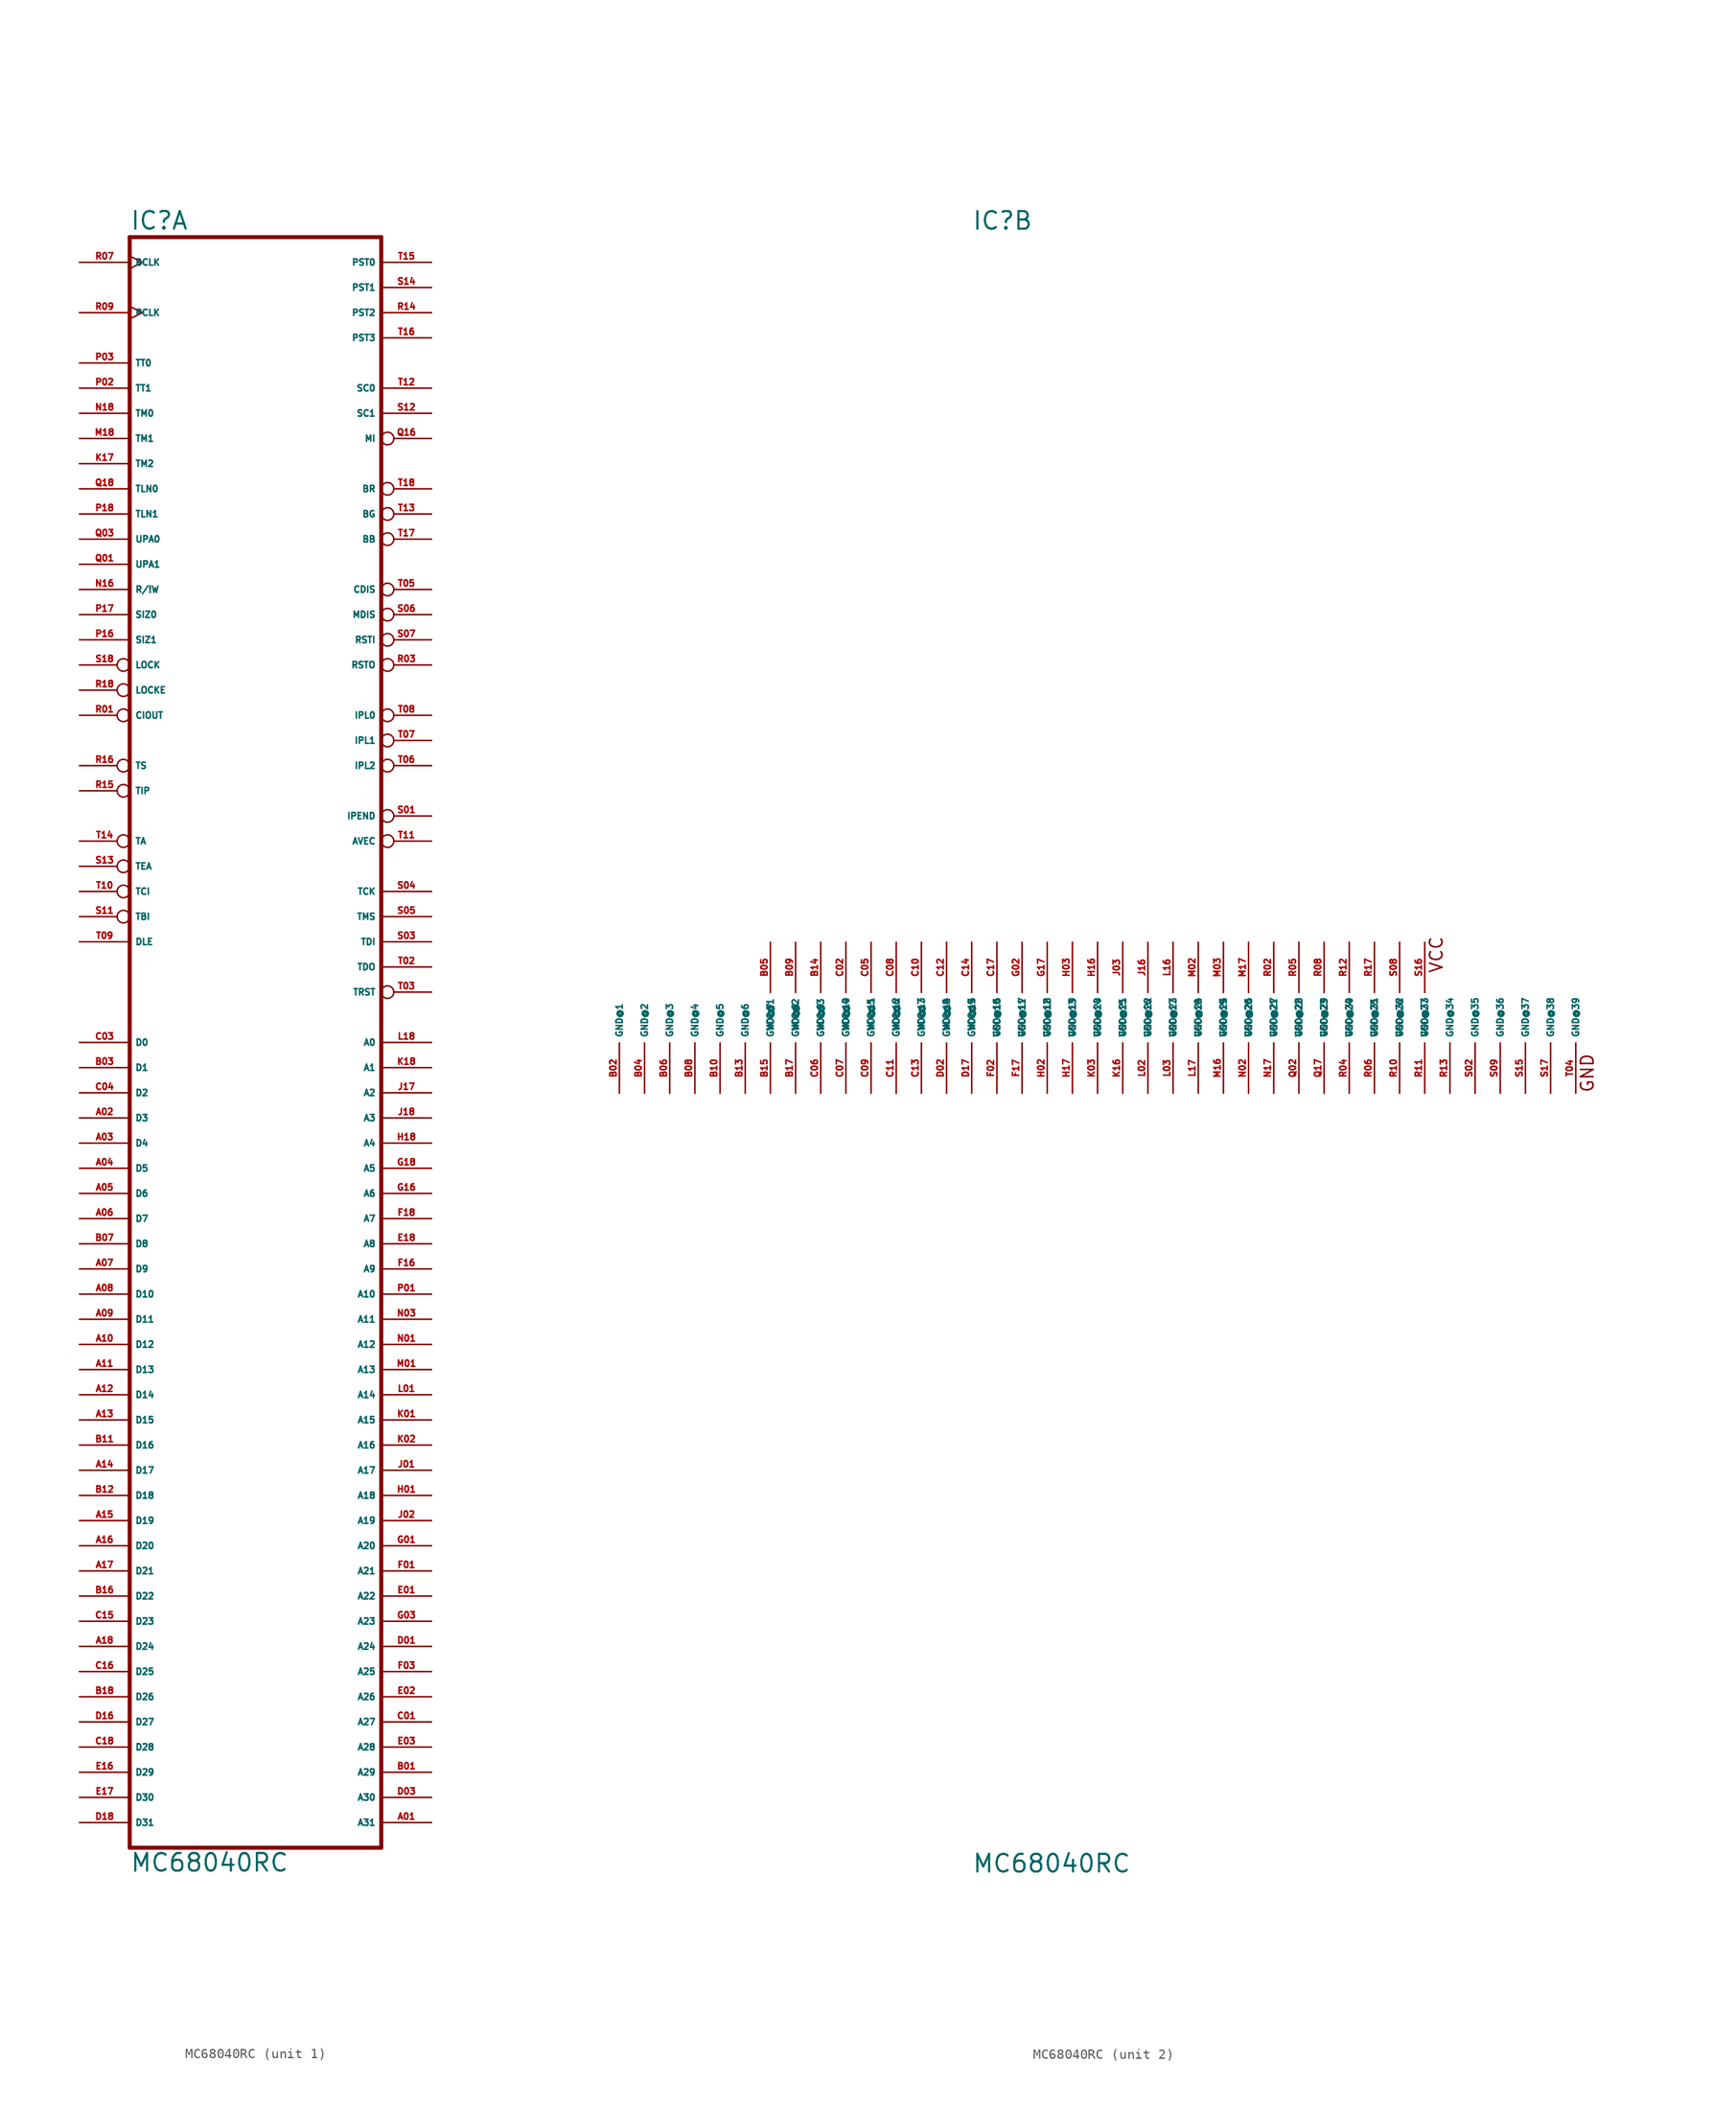
<source format=kicad_sym>
(kicad_symbol_lib
  (version 20220914)
  (generator Eagle2Kicad)
  (symbol "MC68040RC"
    (property "Reference" "IC"
      (at -12.7 79.375 0)
      (effects (font (size 1.778 1.778) (thickness 0.22)) (justify left bottom)))
    (property "Value" "MC68040RC"
      (at -12.7 -86.36 0)
      (effects (font (size 1.778 1.778) (thickness 0.22)) (justify left bottom)))
    (symbol "MC68040RC_1_0"
      (polyline (pts (xy -12.7 -83.82) (xy 12.7 -83.82)) (stroke (width 0.406) (type default)) (fill (type none)))
      (polyline (pts (xy 12.7 78.74) (xy 12.7 -83.82)) (stroke (width 0.406) (type default)) (fill (type none)))
      (polyline (pts (xy 12.7 78.74) (xy -12.7 78.74)) (stroke (width 0.406) (type default)) (fill (type none)))
      (polyline (pts (xy -12.7 -83.82) (xy -12.7 78.74)) (stroke (width 0.406) (type default)) (fill (type none)))
      (pin input clock (at -17.78 76.2 0) (length 5.08) (name "BCLK" (effects (font (size 0.635 0.635) (thickness 0.08)) (justify left bottom))) (number "R07" (effects (font (size 0.635 0.635) (thickness 0.08)) (justify left bottom))))
      (pin bidirectional line (at -17.78 66.04 0) (length 5.08) (name "TT0" (effects (font (size 0.635 0.635) (thickness 0.08)) (justify left bottom))) (number "P03" (effects (font (size 0.635 0.635) (thickness 0.08)) (justify left bottom))))
      (pin bidirectional line (at -17.78 63.5 0) (length 5.08) (name "TT1" (effects (font (size 0.635 0.635) (thickness 0.08)) (justify left bottom))) (number "P02" (effects (font (size 0.635 0.635) (thickness 0.08)) (justify left bottom))))
      (pin output line (at -17.78 53.34 0) (length 5.08) (name "TLN0" (effects (font (size 0.635 0.635) (thickness 0.08)) (justify left bottom))) (number "Q18" (effects (font (size 0.635 0.635) (thickness 0.08)) (justify left bottom))))
      (pin input inverted (at 17.78 17.78 180) (length 5.08) (name "AVEC" (effects (font (size 0.635 0.635) (thickness 0.08)) (justify left bottom))) (number "T11" (effects (font (size 0.635 0.635) (thickness 0.08)) (justify left bottom))))
      (pin output line (at -17.78 48.26 0) (length 5.08) (name "UPA0" (effects (font (size 0.635 0.635) (thickness 0.08)) (justify left bottom))) (number "Q03" (effects (font (size 0.635 0.635) (thickness 0.08)) (justify left bottom))))
      (pin output line (at -17.78 45.72 0) (length 5.08) (name "UPA1" (effects (font (size 0.635 0.635) (thickness 0.08)) (justify left bottom))) (number "Q01" (effects (font (size 0.635 0.635) (thickness 0.08)) (justify left bottom))))
      (pin input inverted (at 17.78 30.48 180) (length 5.08) (name "IPL0" (effects (font (size 0.635 0.635) (thickness 0.08)) (justify left bottom))) (number "T08" (effects (font (size 0.635 0.635) (thickness 0.08)) (justify left bottom))))
      (pin bidirectional line (at -17.78 -2.54 0) (length 5.08) (name "D0" (effects (font (size 0.635 0.635) (thickness 0.08)) (justify left bottom))) (number "C03" (effects (font (size 0.635 0.635) (thickness 0.08)) (justify left bottom))))
      (pin bidirectional line (at -17.78 -5.08 0) (length 5.08) (name "D1" (effects (font (size 0.635 0.635) (thickness 0.08)) (justify left bottom))) (number "B03" (effects (font (size 0.635 0.635) (thickness 0.08)) (justify left bottom))))
      (pin bidirectional line (at -17.78 -7.62 0) (length 5.08) (name "D2" (effects (font (size 0.635 0.635) (thickness 0.08)) (justify left bottom))) (number "C04" (effects (font (size 0.635 0.635) (thickness 0.08)) (justify left bottom))))
      (pin bidirectional line (at -17.78 -10.16 0) (length 5.08) (name "D3" (effects (font (size 0.635 0.635) (thickness 0.08)) (justify left bottom))) (number "A02" (effects (font (size 0.635 0.635) (thickness 0.08)) (justify left bottom))))
      (pin bidirectional line (at -17.78 -12.7 0) (length 5.08) (name "D4" (effects (font (size 0.635 0.635) (thickness 0.08)) (justify left bottom))) (number "A03" (effects (font (size 0.635 0.635) (thickness 0.08)) (justify left bottom))))
      (pin bidirectional line (at -17.78 -15.24 0) (length 5.08) (name "D5" (effects (font (size 0.635 0.635) (thickness 0.08)) (justify left bottom))) (number "A04" (effects (font (size 0.635 0.635) (thickness 0.08)) (justify left bottom))))
      (pin bidirectional line (at -17.78 -17.78 0) (length 5.08) (name "D6" (effects (font (size 0.635 0.635) (thickness 0.08)) (justify left bottom))) (number "A05" (effects (font (size 0.635 0.635) (thickness 0.08)) (justify left bottom))))
      (pin bidirectional line (at -17.78 -20.32 0) (length 5.08) (name "D7" (effects (font (size 0.635 0.635) (thickness 0.08)) (justify left bottom))) (number "A06" (effects (font (size 0.635 0.635) (thickness 0.08)) (justify left bottom))))
      (pin bidirectional line (at -17.78 -22.86 0) (length 5.08) (name "D8" (effects (font (size 0.635 0.635) (thickness 0.08)) (justify left bottom))) (number "B07" (effects (font (size 0.635 0.635) (thickness 0.08)) (justify left bottom))))
      (pin bidirectional line (at -17.78 -25.4 0) (length 5.08) (name "D9" (effects (font (size 0.635 0.635) (thickness 0.08)) (justify left bottom))) (number "A07" (effects (font (size 0.635 0.635) (thickness 0.08)) (justify left bottom))))
      (pin bidirectional line (at -17.78 -27.94 0) (length 5.08) (name "D10" (effects (font (size 0.635 0.635) (thickness 0.08)) (justify left bottom))) (number "A08" (effects (font (size 0.635 0.635) (thickness 0.08)) (justify left bottom))))
      (pin bidirectional line (at -17.78 -30.48 0) (length 5.08) (name "D11" (effects (font (size 0.635 0.635) (thickness 0.08)) (justify left bottom))) (number "A09" (effects (font (size 0.635 0.635) (thickness 0.08)) (justify left bottom))))
      (pin bidirectional line (at -17.78 -33.02 0) (length 5.08) (name "D12" (effects (font (size 0.635 0.635) (thickness 0.08)) (justify left bottom))) (number "A10" (effects (font (size 0.635 0.635) (thickness 0.08)) (justify left bottom))))
      (pin bidirectional line (at -17.78 -35.56 0) (length 5.08) (name "D13" (effects (font (size 0.635 0.635) (thickness 0.08)) (justify left bottom))) (number "A11" (effects (font (size 0.635 0.635) (thickness 0.08)) (justify left bottom))))
      (pin bidirectional line (at -17.78 -38.1 0) (length 5.08) (name "D14" (effects (font (size 0.635 0.635) (thickness 0.08)) (justify left bottom))) (number "A12" (effects (font (size 0.635 0.635) (thickness 0.08)) (justify left bottom))))
      (pin bidirectional line (at -17.78 -40.64 0) (length 5.08) (name "D15" (effects (font (size 0.635 0.635) (thickness 0.08)) (justify left bottom))) (number "A13" (effects (font (size 0.635 0.635) (thickness 0.08)) (justify left bottom))))
      (pin bidirectional line (at -17.78 40.64 0) (length 5.08) (name "SIZ0" (effects (font (size 0.635 0.635) (thickness 0.08)) (justify left bottom))) (number "P17" (effects (font (size 0.635 0.635) (thickness 0.08)) (justify left bottom))))
      (pin bidirectional line (at -17.78 38.1 0) (length 5.08) (name "SIZ1" (effects (font (size 0.635 0.635) (thickness 0.08)) (justify left bottom))) (number "P16" (effects (font (size 0.635 0.635) (thickness 0.08)) (justify left bottom))))
      (pin output line (at 17.78 76.2 180) (length 5.08) (name "PST0" (effects (font (size 0.635 0.635) (thickness 0.08)) (justify left bottom))) (number "T15" (effects (font (size 0.635 0.635) (thickness 0.08)) (justify left bottom))))
      (pin output line (at 17.78 73.66 180) (length 5.08) (name "PST1" (effects (font (size 0.635 0.635) (thickness 0.08)) (justify left bottom))) (number "S14" (effects (font (size 0.635 0.635) (thickness 0.08)) (justify left bottom))))
      (pin output line (at 17.78 71.12 180) (length 5.08) (name "PST2" (effects (font (size 0.635 0.635) (thickness 0.08)) (justify left bottom))) (number "R14" (effects (font (size 0.635 0.635) (thickness 0.08)) (justify left bottom))))
      (pin input line (at 17.78 60.96 180) (length 5.08) (name "SC1" (effects (font (size 0.635 0.635) (thickness 0.08)) (justify left bottom))) (number "S12" (effects (font (size 0.635 0.635) (thickness 0.08)) (justify left bottom))))
      (pin bidirectional line (at -17.78 43.18 0) (length 5.08) (name "R/!W" (effects (font (size 0.635 0.635) (thickness 0.08)) (justify left bottom))) (number "N16" (effects (font (size 0.635 0.635) (thickness 0.08)) (justify left bottom))))
      (pin output inverted (at 17.78 58.42 180) (length 5.08) (name "MI" (effects (font (size 0.635 0.635) (thickness 0.08)) (justify left bottom))) (number "Q16" (effects (font (size 0.635 0.635) (thickness 0.08)) (justify left bottom))))
      (pin output inverted (at 17.78 53.34 180) (length 5.08) (name "BR" (effects (font (size 0.635 0.635) (thickness 0.08)) (justify left bottom))) (number "T18" (effects (font (size 0.635 0.635) (thickness 0.08)) (justify left bottom))))
      (pin input line (at 17.78 63.5 180) (length 5.08) (name "SC0" (effects (font (size 0.635 0.635) (thickness 0.08)) (justify left bottom))) (number "T12" (effects (font (size 0.635 0.635) (thickness 0.08)) (justify left bottom))))
      (pin output line (at 17.78 -5.08 180) (length 5.08) (name "A1" (effects (font (size 0.635 0.635) (thickness 0.08)) (justify left bottom))) (number "K18" (effects (font (size 0.635 0.635) (thickness 0.08)) (justify left bottom))))
      (pin output line (at 17.78 -7.62 180) (length 5.08) (name "A2" (effects (font (size 0.635 0.635) (thickness 0.08)) (justify left bottom))) (number "J17" (effects (font (size 0.635 0.635) (thickness 0.08)) (justify left bottom))))
      (pin output line (at 17.78 -10.16 180) (length 5.08) (name "A3" (effects (font (size 0.635 0.635) (thickness 0.08)) (justify left bottom))) (number "J18" (effects (font (size 0.635 0.635) (thickness 0.08)) (justify left bottom))))
      (pin output line (at 17.78 -12.7 180) (length 5.08) (name "A4" (effects (font (size 0.635 0.635) (thickness 0.08)) (justify left bottom))) (number "H18" (effects (font (size 0.635 0.635) (thickness 0.08)) (justify left bottom))))
      (pin output line (at 17.78 -15.24 180) (length 5.08) (name "A5" (effects (font (size 0.635 0.635) (thickness 0.08)) (justify left bottom))) (number "G18" (effects (font (size 0.635 0.635) (thickness 0.08)) (justify left bottom))))
      (pin output line (at 17.78 -17.78 180) (length 5.08) (name "A6" (effects (font (size 0.635 0.635) (thickness 0.08)) (justify left bottom))) (number "G16" (effects (font (size 0.635 0.635) (thickness 0.08)) (justify left bottom))))
      (pin output line (at 17.78 -20.32 180) (length 5.08) (name "A7" (effects (font (size 0.635 0.635) (thickness 0.08)) (justify left bottom))) (number "F18" (effects (font (size 0.635 0.635) (thickness 0.08)) (justify left bottom))))
      (pin output line (at 17.78 -25.4 180) (length 5.08) (name "A9" (effects (font (size 0.635 0.635) (thickness 0.08)) (justify left bottom))) (number "F16" (effects (font (size 0.635 0.635) (thickness 0.08)) (justify left bottom))))
      (pin output line (at 17.78 -22.86 180) (length 5.08) (name "A8" (effects (font (size 0.635 0.635) (thickness 0.08)) (justify left bottom))) (number "E18" (effects (font (size 0.635 0.635) (thickness 0.08)) (justify left bottom))))
      (pin output line (at 17.78 -27.94 180) (length 5.08) (name "A10" (effects (font (size 0.635 0.635) (thickness 0.08)) (justify left bottom))) (number "P01" (effects (font (size 0.635 0.635) (thickness 0.08)) (justify left bottom))))
      (pin output line (at 17.78 -30.48 180) (length 5.08) (name "A11" (effects (font (size 0.635 0.635) (thickness 0.08)) (justify left bottom))) (number "N03" (effects (font (size 0.635 0.635) (thickness 0.08)) (justify left bottom))))
      (pin output line (at 17.78 -33.02 180) (length 5.08) (name "A12" (effects (font (size 0.635 0.635) (thickness 0.08)) (justify left bottom))) (number "N01" (effects (font (size 0.635 0.635) (thickness 0.08)) (justify left bottom))))
      (pin output line (at 17.78 -35.56 180) (length 5.08) (name "A13" (effects (font (size 0.635 0.635) (thickness 0.08)) (justify left bottom))) (number "M01" (effects (font (size 0.635 0.635) (thickness 0.08)) (justify left bottom))))
      (pin output line (at 17.78 -38.1 180) (length 5.08) (name "A14" (effects (font (size 0.635 0.635) (thickness 0.08)) (justify left bottom))) (number "L01" (effects (font (size 0.635 0.635) (thickness 0.08)) (justify left bottom))))
      (pin output line (at 17.78 -40.64 180) (length 5.08) (name "A15" (effects (font (size 0.635 0.635) (thickness 0.08)) (justify left bottom))) (number "K01" (effects (font (size 0.635 0.635) (thickness 0.08)) (justify left bottom))))
      (pin output line (at 17.78 -43.18 180) (length 5.08) (name "A16" (effects (font (size 0.635 0.635) (thickness 0.08)) (justify left bottom))) (number "K02" (effects (font (size 0.635 0.635) (thickness 0.08)) (justify left bottom))))
      (pin output line (at 17.78 -45.72 180) (length 5.08) (name "A17" (effects (font (size 0.635 0.635) (thickness 0.08)) (justify left bottom))) (number "J01" (effects (font (size 0.635 0.635) (thickness 0.08)) (justify left bottom))))
      (pin output line (at 17.78 -48.26 180) (length 5.08) (name "A18" (effects (font (size 0.635 0.635) (thickness 0.08)) (justify left bottom))) (number "H01" (effects (font (size 0.635 0.635) (thickness 0.08)) (justify left bottom))))
      (pin output line (at 17.78 -50.8 180) (length 5.08) (name "A19" (effects (font (size 0.635 0.635) (thickness 0.08)) (justify left bottom))) (number "J02" (effects (font (size 0.635 0.635) (thickness 0.08)) (justify left bottom))))
      (pin output line (at 17.78 -53.34 180) (length 5.08) (name "A20" (effects (font (size 0.635 0.635) (thickness 0.08)) (justify left bottom))) (number "G01" (effects (font (size 0.635 0.635) (thickness 0.08)) (justify left bottom))))
      (pin output line (at 17.78 -55.88 180) (length 5.08) (name "A21" (effects (font (size 0.635 0.635) (thickness 0.08)) (justify left bottom))) (number "F01" (effects (font (size 0.635 0.635) (thickness 0.08)) (justify left bottom))))
      (pin output line (at 17.78 -58.42 180) (length 5.08) (name "A22" (effects (font (size 0.635 0.635) (thickness 0.08)) (justify left bottom))) (number "E01" (effects (font (size 0.635 0.635) (thickness 0.08)) (justify left bottom))))
      (pin output line (at 17.78 -60.96 180) (length 5.08) (name "A23" (effects (font (size 0.635 0.635) (thickness 0.08)) (justify left bottom))) (number "G03" (effects (font (size 0.635 0.635) (thickness 0.08)) (justify left bottom))))
      (pin input inverted (at 17.78 27.94 180) (length 5.08) (name "IPL1" (effects (font (size 0.635 0.635) (thickness 0.08)) (justify left bottom))) (number "T07" (effects (font (size 0.635 0.635) (thickness 0.08)) (justify left bottom))))
      (pin input inverted (at 17.78 25.4 180) (length 5.08) (name "IPL2" (effects (font (size 0.635 0.635) (thickness 0.08)) (justify left bottom))) (number "T06" (effects (font (size 0.635 0.635) (thickness 0.08)) (justify left bottom))))
      (pin bidirectional line (at -17.78 -43.18 0) (length 5.08) (name "D16" (effects (font (size 0.635 0.635) (thickness 0.08)) (justify left bottom))) (number "B11" (effects (font (size 0.635 0.635) (thickness 0.08)) (justify left bottom))))
      (pin bidirectional line (at -17.78 -45.72 0) (length 5.08) (name "D17" (effects (font (size 0.635 0.635) (thickness 0.08)) (justify left bottom))) (number "A14" (effects (font (size 0.635 0.635) (thickness 0.08)) (justify left bottom))))
      (pin bidirectional line (at -17.78 -48.26 0) (length 5.08) (name "D18" (effects (font (size 0.635 0.635) (thickness 0.08)) (justify left bottom))) (number "B12" (effects (font (size 0.635 0.635) (thickness 0.08)) (justify left bottom))))
      (pin bidirectional line (at -17.78 -50.8 0) (length 5.08) (name "D19" (effects (font (size 0.635 0.635) (thickness 0.08)) (justify left bottom))) (number "A15" (effects (font (size 0.635 0.635) (thickness 0.08)) (justify left bottom))))
      (pin bidirectional line (at -17.78 -53.34 0) (length 5.08) (name "D20" (effects (font (size 0.635 0.635) (thickness 0.08)) (justify left bottom))) (number "A16" (effects (font (size 0.635 0.635) (thickness 0.08)) (justify left bottom))))
      (pin bidirectional line (at -17.78 -55.88 0) (length 5.08) (name "D21" (effects (font (size 0.635 0.635) (thickness 0.08)) (justify left bottom))) (number "A17" (effects (font (size 0.635 0.635) (thickness 0.08)) (justify left bottom))))
      (pin bidirectional line (at -17.78 -58.42 0) (length 5.08) (name "D22" (effects (font (size 0.635 0.635) (thickness 0.08)) (justify left bottom))) (number "B16" (effects (font (size 0.635 0.635) (thickness 0.08)) (justify left bottom))))
      (pin bidirectional line (at -17.78 -60.96 0) (length 5.08) (name "D23" (effects (font (size 0.635 0.635) (thickness 0.08)) (justify left bottom))) (number "C15" (effects (font (size 0.635 0.635) (thickness 0.08)) (justify left bottom))))
      (pin bidirectional line (at -17.78 -63.5 0) (length 5.08) (name "D24" (effects (font (size 0.635 0.635) (thickness 0.08)) (justify left bottom))) (number "A18" (effects (font (size 0.635 0.635) (thickness 0.08)) (justify left bottom))))
      (pin bidirectional line (at -17.78 -66.04 0) (length 5.08) (name "D25" (effects (font (size 0.635 0.635) (thickness 0.08)) (justify left bottom))) (number "C16" (effects (font (size 0.635 0.635) (thickness 0.08)) (justify left bottom))))
      (pin bidirectional line (at -17.78 -68.58 0) (length 5.08) (name "D26" (effects (font (size 0.635 0.635) (thickness 0.08)) (justify left bottom))) (number "B18" (effects (font (size 0.635 0.635) (thickness 0.08)) (justify left bottom))))
      (pin bidirectional line (at -17.78 -71.12 0) (length 5.08) (name "D27" (effects (font (size 0.635 0.635) (thickness 0.08)) (justify left bottom))) (number "D16" (effects (font (size 0.635 0.635) (thickness 0.08)) (justify left bottom))))
      (pin bidirectional line (at -17.78 -73.66 0) (length 5.08) (name "D28" (effects (font (size 0.635 0.635) (thickness 0.08)) (justify left bottom))) (number "C18" (effects (font (size 0.635 0.635) (thickness 0.08)) (justify left bottom))))
      (pin bidirectional line (at -17.78 -76.2 0) (length 5.08) (name "D29" (effects (font (size 0.635 0.635) (thickness 0.08)) (justify left bottom))) (number "E16" (effects (font (size 0.635 0.635) (thickness 0.08)) (justify left bottom))))
      (pin bidirectional line (at -17.78 -78.74 0) (length 5.08) (name "D30" (effects (font (size 0.635 0.635) (thickness 0.08)) (justify left bottom))) (number "E17" (effects (font (size 0.635 0.635) (thickness 0.08)) (justify left bottom))))
      (pin bidirectional line (at -17.78 -81.28 0) (length 5.08) (name "D31" (effects (font (size 0.635 0.635) (thickness 0.08)) (justify left bottom))) (number "D18" (effects (font (size 0.635 0.635) (thickness 0.08)) (justify left bottom))))
      (pin output line (at 17.78 -63.5 180) (length 5.08) (name "A24" (effects (font (size 0.635 0.635) (thickness 0.08)) (justify left bottom))) (number "D01" (effects (font (size 0.635 0.635) (thickness 0.08)) (justify left bottom))))
      (pin output line (at 17.78 -66.04 180) (length 5.08) (name "A25" (effects (font (size 0.635 0.635) (thickness 0.08)) (justify left bottom))) (number "F03" (effects (font (size 0.635 0.635) (thickness 0.08)) (justify left bottom))))
      (pin output line (at 17.78 -68.58 180) (length 5.08) (name "A26" (effects (font (size 0.635 0.635) (thickness 0.08)) (justify left bottom))) (number "E02" (effects (font (size 0.635 0.635) (thickness 0.08)) (justify left bottom))))
      (pin output line (at 17.78 -71.12 180) (length 5.08) (name "A27" (effects (font (size 0.635 0.635) (thickness 0.08)) (justify left bottom))) (number "C01" (effects (font (size 0.635 0.635) (thickness 0.08)) (justify left bottom))))
      (pin output line (at 17.78 -73.66 180) (length 5.08) (name "A28" (effects (font (size 0.635 0.635) (thickness 0.08)) (justify left bottom))) (number "E03" (effects (font (size 0.635 0.635) (thickness 0.08)) (justify left bottom))))
      (pin output line (at 17.78 -76.2 180) (length 5.08) (name "A29" (effects (font (size 0.635 0.635) (thickness 0.08)) (justify left bottom))) (number "B01" (effects (font (size 0.635 0.635) (thickness 0.08)) (justify left bottom))))
      (pin output line (at 17.78 -78.74 180) (length 5.08) (name "A30" (effects (font (size 0.635 0.635) (thickness 0.08)) (justify left bottom))) (number "D03" (effects (font (size 0.635 0.635) (thickness 0.08)) (justify left bottom))))
      (pin output line (at 17.78 -81.28 180) (length 5.08) (name "A31" (effects (font (size 0.635 0.635) (thickness 0.08)) (justify left bottom))) (number "A01" (effects (font (size 0.635 0.635) (thickness 0.08)) (justify left bottom))))
      (pin output line (at 17.78 -2.54 180) (length 5.08) (name "A0" (effects (font (size 0.635 0.635) (thickness 0.08)) (justify left bottom))) (number "L18" (effects (font (size 0.635 0.635) (thickness 0.08)) (justify left bottom))))
      (pin input inverted (at 17.78 50.8 180) (length 5.08) (name "BG" (effects (font (size 0.635 0.635) (thickness 0.08)) (justify left bottom))) (number "T13" (effects (font (size 0.635 0.635) (thickness 0.08)) (justify left bottom))))
      (pin bidirectional inverted (at -17.78 17.78 0) (length 5.08) (name "TA" (effects (font (size 0.635 0.635) (thickness 0.08)) (justify left bottom))) (number "T14" (effects (font (size 0.635 0.635) (thickness 0.08)) (justify left bottom))))
      (pin input inverted (at -17.78 15.24 0) (length 5.08) (name "TEA" (effects (font (size 0.635 0.635) (thickness 0.08)) (justify left bottom))) (number "S13" (effects (font (size 0.635 0.635) (thickness 0.08)) (justify left bottom))))
      (pin input inverted (at -17.78 12.7 0) (length 5.08) (name "TCI" (effects (font (size 0.635 0.635) (thickness 0.08)) (justify left bottom))) (number "T10" (effects (font (size 0.635 0.635) (thickness 0.08)) (justify left bottom))))
      (pin output line (at -17.78 50.8 0) (length 5.08) (name "TLN1" (effects (font (size 0.635 0.635) (thickness 0.08)) (justify left bottom))) (number "P18" (effects (font (size 0.635 0.635) (thickness 0.08)) (justify left bottom))))
      (pin output inverted (at 17.78 20.32 180) (length 5.08) (name "IPEND" (effects (font (size 0.635 0.635) (thickness 0.08)) (justify left bottom))) (number "S01" (effects (font (size 0.635 0.635) (thickness 0.08)) (justify left bottom))))
      (pin output inverted (at -17.78 35.56 0) (length 5.08) (name "LOCK" (effects (font (size 0.635 0.635) (thickness 0.08)) (justify left bottom))) (number "S18" (effects (font (size 0.635 0.635) (thickness 0.08)) (justify left bottom))))
      (pin output inverted (at -17.78 33.02 0) (length 5.08) (name "LOCKE" (effects (font (size 0.635 0.635) (thickness 0.08)) (justify left bottom))) (number "R18" (effects (font (size 0.635 0.635) (thickness 0.08)) (justify left bottom))))
      (pin output inverted (at -17.78 30.48 0) (length 5.08) (name "CIOUT" (effects (font (size 0.635 0.635) (thickness 0.08)) (justify left bottom))) (number "R01" (effects (font (size 0.635 0.635) (thickness 0.08)) (justify left bottom))))
      (pin bidirectional inverted (at -17.78 25.4 0) (length 5.08) (name "TS" (effects (font (size 0.635 0.635) (thickness 0.08)) (justify left bottom))) (number "R16" (effects (font (size 0.635 0.635) (thickness 0.08)) (justify left bottom))))
      (pin output inverted (at -17.78 22.86 0) (length 5.08) (name "TIP" (effects (font (size 0.635 0.635) (thickness 0.08)) (justify left bottom))) (number "R15" (effects (font (size 0.635 0.635) (thickness 0.08)) (justify left bottom))))
      (pin input inverted (at 17.78 43.18 180) (length 5.08) (name "CDIS" (effects (font (size 0.635 0.635) (thickness 0.08)) (justify left bottom))) (number "T05" (effects (font (size 0.635 0.635) (thickness 0.08)) (justify left bottom))))
      (pin input inverted (at 17.78 40.64 180) (length 5.08) (name "MDIS" (effects (font (size 0.635 0.635) (thickness 0.08)) (justify left bottom))) (number "S06" (effects (font (size 0.635 0.635) (thickness 0.08)) (justify left bottom))))
      (pin input inverted (at -17.78 10.16 0) (length 5.08) (name "TBI" (effects (font (size 0.635 0.635) (thickness 0.08)) (justify left bottom))) (number "S11" (effects (font (size 0.635 0.635) (thickness 0.08)) (justify left bottom))))
      (pin input line (at -17.78 7.62 0) (length 5.08) (name "DLE" (effects (font (size 0.635 0.635) (thickness 0.08)) (justify left bottom))) (number "T09" (effects (font (size 0.635 0.635) (thickness 0.08)) (justify left bottom))))
      (pin input clock (at -17.78 71.12 0) (length 5.08) (name "PCLK" (effects (font (size 0.635 0.635) (thickness 0.08)) (justify left bottom))) (number "R09" (effects (font (size 0.635 0.635) (thickness 0.08)) (justify left bottom))))
      (pin output line (at 17.78 68.58 180) (length 5.08) (name "PST3" (effects (font (size 0.635 0.635) (thickness 0.08)) (justify left bottom))) (number "T16" (effects (font (size 0.635 0.635) (thickness 0.08)) (justify left bottom))))
      (pin bidirectional inverted (at 17.78 48.26 180) (length 5.08) (name "BB" (effects (font (size 0.635 0.635) (thickness 0.08)) (justify left bottom))) (number "T17" (effects (font (size 0.635 0.635) (thickness 0.08)) (justify left bottom))))
      (pin input inverted (at 17.78 38.1 180) (length 5.08) (name "RSTI" (effects (font (size 0.635 0.635) (thickness 0.08)) (justify left bottom))) (number "S07" (effects (font (size 0.635 0.635) (thickness 0.08)) (justify left bottom))))
      (pin output inverted (at 17.78 35.56 180) (length 5.08) (name "RSTO" (effects (font (size 0.635 0.635) (thickness 0.08)) (justify left bottom))) (number "R03" (effects (font (size 0.635 0.635) (thickness 0.08)) (justify left bottom))))
      (pin input line (at 17.78 12.7 180) (length 5.08) (name "TCK" (effects (font (size 0.635 0.635) (thickness 0.08)) (justify left bottom))) (number "S04" (effects (font (size 0.635 0.635) (thickness 0.08)) (justify left bottom))))
      (pin input line (at 17.78 10.16 180) (length 5.08) (name "TMS" (effects (font (size 0.635 0.635) (thickness 0.08)) (justify left bottom))) (number "S05" (effects (font (size 0.635 0.635) (thickness 0.08)) (justify left bottom))))
      (pin input line (at 17.78 7.62 180) (length 5.08) (name "TDI" (effects (font (size 0.635 0.635) (thickness 0.08)) (justify left bottom))) (number "S03" (effects (font (size 0.635 0.635) (thickness 0.08)) (justify left bottom))))
      (pin output line (at 17.78 5.08 180) (length 5.08) (name "TDO" (effects (font (size 0.635 0.635) (thickness 0.08)) (justify left bottom))) (number "T02" (effects (font (size 0.635 0.635) (thickness 0.08)) (justify left bottom))))
      (pin input inverted (at 17.78 2.54 180) (length 5.08) (name "TRST" (effects (font (size 0.635 0.635) (thickness 0.08)) (justify left bottom))) (number "T03" (effects (font (size 0.635 0.635) (thickness 0.08)) (justify left bottom))))
      (pin output line (at -17.78 60.96 0) (length 5.08) (name "TM0" (effects (font (size 0.635 0.635) (thickness 0.08)) (justify left bottom))) (number "N18" (effects (font (size 0.635 0.635) (thickness 0.08)) (justify left bottom))))
      (pin output line (at -17.78 58.42 0) (length 5.08) (name "TM1" (effects (font (size 0.635 0.635) (thickness 0.08)) (justify left bottom))) (number "M18" (effects (font (size 0.635 0.635) (thickness 0.08)) (justify left bottom))))
      (pin output line (at -17.78 55.88 0) (length 5.08) (name "TM2" (effects (font (size 0.635 0.635) (thickness 0.08)) (justify left bottom))) (number "K17" (effects (font (size 0.635 0.635) (thickness 0.08)) (justify left bottom)))))
    (symbol "MC68040RC_2_0"
      (text "GND" (at 50.165 -7.62 900) (effects (font (size 1.27 1.27) (thickness 0.16)) (justify left bottom)))
      (text "VCC" (at 34.925 4.445 900) (effects (font (size 1.27 1.27) (thickness 0.16)) (justify left bottom)))
      (pin unspecified line (at -48.26 -7.62 90) (length 5.08) (name "GND@1" (effects (font (size 0.635 0.635) (thickness 0.08)) (justify left bottom))) (number "B02" (effects (font (size 0.635 0.635) (thickness 0.08)) (justify left bottom))))
      (pin unspecified line (at -45.72 -7.62 90) (length 5.08) (name "GND@2" (effects (font (size 0.635 0.635) (thickness 0.08)) (justify left bottom))) (number "B04" (effects (font (size 0.635 0.635) (thickness 0.08)) (justify left bottom))))
      (pin unspecified line (at -43.18 -7.62 90) (length 5.08) (name "GND@3" (effects (font (size 0.635 0.635) (thickness 0.08)) (justify left bottom))) (number "B06" (effects (font (size 0.635 0.635) (thickness 0.08)) (justify left bottom))))
      (pin unspecified line (at -40.64 -7.62 90) (length 5.08) (name "GND@4" (effects (font (size 0.635 0.635) (thickness 0.08)) (justify left bottom))) (number "B08" (effects (font (size 0.635 0.635) (thickness 0.08)) (justify left bottom))))
      (pin unspecified line (at -38.1 -7.62 90) (length 5.08) (name "GND@5" (effects (font (size 0.635 0.635) (thickness 0.08)) (justify left bottom))) (number "B10" (effects (font (size 0.635 0.635) (thickness 0.08)) (justify left bottom))))
      (pin unspecified line (at -35.56 -7.62 90) (length 5.08) (name "GND@6" (effects (font (size 0.635 0.635) (thickness 0.08)) (justify left bottom))) (number "B13" (effects (font (size 0.635 0.635) (thickness 0.08)) (justify left bottom))))
      (pin unspecified line (at -33.02 -7.62 90) (length 5.08) (name "GND@7" (effects (font (size 0.635 0.635) (thickness 0.08)) (justify left bottom))) (number "B15" (effects (font (size 0.635 0.635) (thickness 0.08)) (justify left bottom))))
      (pin unspecified line (at -30.48 -7.62 90) (length 5.08) (name "GND@8" (effects (font (size 0.635 0.635) (thickness 0.08)) (justify left bottom))) (number "B17" (effects (font (size 0.635 0.635) (thickness 0.08)) (justify left bottom))))
      (pin unspecified line (at -27.94 -7.62 90) (length 5.08) (name "GND@9" (effects (font (size 0.635 0.635) (thickness 0.08)) (justify left bottom))) (number "C06" (effects (font (size 0.635 0.635) (thickness 0.08)) (justify left bottom))))
      (pin unspecified line (at -25.4 -7.62 90) (length 5.08) (name "GND@10" (effects (font (size 0.635 0.635) (thickness 0.08)) (justify left bottom))) (number "C07" (effects (font (size 0.635 0.635) (thickness 0.08)) (justify left bottom))))
      (pin unspecified line (at -22.86 -7.62 90) (length 5.08) (name "GND@11" (effects (font (size 0.635 0.635) (thickness 0.08)) (justify left bottom))) (number "C09" (effects (font (size 0.635 0.635) (thickness 0.08)) (justify left bottom))))
      (pin unspecified line (at -20.32 -7.62 90) (length 5.08) (name "GND@12" (effects (font (size 0.635 0.635) (thickness 0.08)) (justify left bottom))) (number "C11" (effects (font (size 0.635 0.635) (thickness 0.08)) (justify left bottom))))
      (pin unspecified line (at -17.78 -7.62 90) (length 5.08) (name "GND@13" (effects (font (size 0.635 0.635) (thickness 0.08)) (justify left bottom))) (number "C13" (effects (font (size 0.635 0.635) (thickness 0.08)) (justify left bottom))))
      (pin unspecified line (at -33.02 7.62 270) (length 5.08) (name "VCC@1" (effects (font (size 0.635 0.635) (thickness 0.08)) (justify left bottom))) (number "B05" (effects (font (size 0.635 0.635) (thickness 0.08)) (justify left bottom))))
      (pin unspecified line (at -30.48 7.62 270) (length 5.08) (name "VCC@2" (effects (font (size 0.635 0.635) (thickness 0.08)) (justify left bottom))) (number "B09" (effects (font (size 0.635 0.635) (thickness 0.08)) (justify left bottom))))
      (pin unspecified line (at -27.94 7.62 270) (length 5.08) (name "VCC@3" (effects (font (size 0.635 0.635) (thickness 0.08)) (justify left bottom))) (number "B14" (effects (font (size 0.635 0.635) (thickness 0.08)) (justify left bottom))))
      (pin unspecified line (at -25.4 7.62 270) (length 5.08) (name "VCC@4" (effects (font (size 0.635 0.635) (thickness 0.08)) (justify left bottom))) (number "C02" (effects (font (size 0.635 0.635) (thickness 0.08)) (justify left bottom))))
      (pin unspecified line (at -22.86 7.62 270) (length 5.08) (name "VCC@5" (effects (font (size 0.635 0.635) (thickness 0.08)) (justify left bottom))) (number "C05" (effects (font (size 0.635 0.635) (thickness 0.08)) (justify left bottom))))
      (pin unspecified line (at -20.32 7.62 270) (length 5.08) (name "VCC@6" (effects (font (size 0.635 0.635) (thickness 0.08)) (justify left bottom))) (number "C08" (effects (font (size 0.635 0.635) (thickness 0.08)) (justify left bottom))))
      (pin unspecified line (at -17.78 7.62 270) (length 5.08) (name "VCC@7" (effects (font (size 0.635 0.635) (thickness 0.08)) (justify left bottom))) (number "C10" (effects (font (size 0.635 0.635) (thickness 0.08)) (justify left bottom))))
      (pin unspecified line (at -15.24 7.62 270) (length 5.08) (name "VCC@8" (effects (font (size 0.635 0.635) (thickness 0.08)) (justify left bottom))) (number "C12" (effects (font (size 0.635 0.635) (thickness 0.08)) (justify left bottom))))
      (pin unspecified line (at -12.7 7.62 270) (length 5.08) (name "VCC@9" (effects (font (size 0.635 0.635) (thickness 0.08)) (justify left bottom))) (number "C14" (effects (font (size 0.635 0.635) (thickness 0.08)) (justify left bottom))))
      (pin unspecified line (at -15.24 -7.62 90) (length 5.08) (name "GND@14" (effects (font (size 0.635 0.635) (thickness 0.08)) (justify left bottom))) (number "D02" (effects (font (size 0.635 0.635) (thickness 0.08)) (justify left bottom))))
      (pin unspecified line (at -12.7 -7.62 90) (length 5.08) (name "GND@15" (effects (font (size 0.635 0.635) (thickness 0.08)) (justify left bottom))) (number "D17" (effects (font (size 0.635 0.635) (thickness 0.08)) (justify left bottom))))
      (pin unspecified line (at -10.16 -7.62 90) (length 5.08) (name "GND@16" (effects (font (size 0.635 0.635) (thickness 0.08)) (justify left bottom))) (number "F02" (effects (font (size 0.635 0.635) (thickness 0.08)) (justify left bottom))))
      (pin unspecified line (at -7.62 -7.62 90) (length 5.08) (name "GND@17" (effects (font (size 0.635 0.635) (thickness 0.08)) (justify left bottom))) (number "F17" (effects (font (size 0.635 0.635) (thickness 0.08)) (justify left bottom))))
      (pin unspecified line (at -5.08 -7.62 90) (length 5.08) (name "GND@18" (effects (font (size 0.635 0.635) (thickness 0.08)) (justify left bottom))) (number "H02" (effects (font (size 0.635 0.635) (thickness 0.08)) (justify left bottom))))
      (pin unspecified line (at -2.54 -7.62 90) (length 5.08) (name "GND@19" (effects (font (size 0.635 0.635) (thickness 0.08)) (justify left bottom))) (number "H17" (effects (font (size 0.635 0.635) (thickness 0.08)) (justify left bottom))))
      (pin unspecified line (at 0 -7.62 90) (length 5.08) (name "GND@20" (effects (font (size 0.635 0.635) (thickness 0.08)) (justify left bottom))) (number "K03" (effects (font (size 0.635 0.635) (thickness 0.08)) (justify left bottom))))
      (pin unspecified line (at 2.54 -7.62 90) (length 5.08) (name "GND@21" (effects (font (size 0.635 0.635) (thickness 0.08)) (justify left bottom))) (number "K16" (effects (font (size 0.635 0.635) (thickness 0.08)) (justify left bottom))))
      (pin unspecified line (at 5.08 -7.62 90) (length 5.08) (name "GND@22" (effects (font (size 0.635 0.635) (thickness 0.08)) (justify left bottom))) (number "L02" (effects (font (size 0.635 0.635) (thickness 0.08)) (justify left bottom))))
      (pin unspecified line (at 7.62 -7.62 90) (length 5.08) (name "GND@23" (effects (font (size 0.635 0.635) (thickness 0.08)) (justify left bottom))) (number "L03" (effects (font (size 0.635 0.635) (thickness 0.08)) (justify left bottom))))
      (pin unspecified line (at 10.16 -7.62 90) (length 5.08) (name "GND@24" (effects (font (size 0.635 0.635) (thickness 0.08)) (justify left bottom))) (number "L17" (effects (font (size 0.635 0.635) (thickness 0.08)) (justify left bottom))))
      (pin unspecified line (at 12.7 -7.62 90) (length 5.08) (name "GND@25" (effects (font (size 0.635 0.635) (thickness 0.08)) (justify left bottom))) (number "M16" (effects (font (size 0.635 0.635) (thickness 0.08)) (justify left bottom))))
      (pin unspecified line (at 15.24 -7.62 90) (length 5.08) (name "GND@26" (effects (font (size 0.635 0.635) (thickness 0.08)) (justify left bottom))) (number "N02" (effects (font (size 0.635 0.635) (thickness 0.08)) (justify left bottom))))
      (pin unspecified line (at 17.78 -7.62 90) (length 5.08) (name "GND@27" (effects (font (size 0.635 0.635) (thickness 0.08)) (justify left bottom))) (number "N17" (effects (font (size 0.635 0.635) (thickness 0.08)) (justify left bottom))))
      (pin unspecified line (at 20.32 -7.62 90) (length 5.08) (name "GND@28" (effects (font (size 0.635 0.635) (thickness 0.08)) (justify left bottom))) (number "Q02" (effects (font (size 0.635 0.635) (thickness 0.08)) (justify left bottom))))
      (pin unspecified line (at 22.86 -7.62 90) (length 5.08) (name "GND@29" (effects (font (size 0.635 0.635) (thickness 0.08)) (justify left bottom))) (number "Q17" (effects (font (size 0.635 0.635) (thickness 0.08)) (justify left bottom))))
      (pin unspecified line (at 25.4 -7.62 90) (length 5.08) (name "GND@30" (effects (font (size 0.635 0.635) (thickness 0.08)) (justify left bottom))) (number "R04" (effects (font (size 0.635 0.635) (thickness 0.08)) (justify left bottom))))
      (pin unspecified line (at 27.94 -7.62 90) (length 5.08) (name "GND@31" (effects (font (size 0.635 0.635) (thickness 0.08)) (justify left bottom))) (number "R06" (effects (font (size 0.635 0.635) (thickness 0.08)) (justify left bottom))))
      (pin unspecified line (at 30.48 -7.62 90) (length 5.08) (name "GND@32" (effects (font (size 0.635 0.635) (thickness 0.08)) (justify left bottom))) (number "R10" (effects (font (size 0.635 0.635) (thickness 0.08)) (justify left bottom))))
      (pin unspecified line (at 33.02 -7.62 90) (length 5.08) (name "GND@33" (effects (font (size 0.635 0.635) (thickness 0.08)) (justify left bottom))) (number "R11" (effects (font (size 0.635 0.635) (thickness 0.08)) (justify left bottom))))
      (pin unspecified line (at 35.56 -7.62 90) (length 5.08) (name "GND@34" (effects (font (size 0.635 0.635) (thickness 0.08)) (justify left bottom))) (number "R13" (effects (font (size 0.635 0.635) (thickness 0.08)) (justify left bottom))))
      (pin unspecified line (at 38.1 -7.62 90) (length 5.08) (name "GND@35" (effects (font (size 0.635 0.635) (thickness 0.08)) (justify left bottom))) (number "S02" (effects (font (size 0.635 0.635) (thickness 0.08)) (justify left bottom))))
      (pin unspecified line (at 40.64 -7.62 90) (length 5.08) (name "GND@36" (effects (font (size 0.635 0.635) (thickness 0.08)) (justify left bottom))) (number "S09" (effects (font (size 0.635 0.635) (thickness 0.08)) (justify left bottom))))
      (pin unspecified line (at 43.18 -7.62 90) (length 5.08) (name "GND@37" (effects (font (size 0.635 0.635) (thickness 0.08)) (justify left bottom))) (number "S15" (effects (font (size 0.635 0.635) (thickness 0.08)) (justify left bottom))))
      (pin unspecified line (at 45.72 -7.62 90) (length 5.08) (name "GND@38" (effects (font (size 0.635 0.635) (thickness 0.08)) (justify left bottom))) (number "S17" (effects (font (size 0.635 0.635) (thickness 0.08)) (justify left bottom))))
      (pin unspecified line (at 48.26 -7.62 90) (length 5.08) (name "GND@39" (effects (font (size 0.635 0.635) (thickness 0.08)) (justify left bottom))) (number "T04" (effects (font (size 0.635 0.635) (thickness 0.08)) (justify left bottom))))
      (pin unspecified line (at -10.16 7.62 270) (length 5.08) (name "VCC@10" (effects (font (size 0.635 0.635) (thickness 0.08)) (justify left bottom))) (number "C17" (effects (font (size 0.635 0.635) (thickness 0.08)) (justify left bottom))))
      (pin unspecified line (at -7.62 7.62 270) (length 5.08) (name "VCC@11" (effects (font (size 0.635 0.635) (thickness 0.08)) (justify left bottom))) (number "G02" (effects (font (size 0.635 0.635) (thickness 0.08)) (justify left bottom))))
      (pin unspecified line (at -5.08 7.62 270) (length 5.08) (name "VCC@12" (effects (font (size 0.635 0.635) (thickness 0.08)) (justify left bottom))) (number "G17" (effects (font (size 0.635 0.635) (thickness 0.08)) (justify left bottom))))
      (pin unspecified line (at -2.54 7.62 270) (length 5.08) (name "VCC@13" (effects (font (size 0.635 0.635) (thickness 0.08)) (justify left bottom))) (number "H03" (effects (font (size 0.635 0.635) (thickness 0.08)) (justify left bottom))))
      (pin unspecified line (at 0 7.62 270) (length 5.08) (name "VCC@14" (effects (font (size 0.635 0.635) (thickness 0.08)) (justify left bottom))) (number "H16" (effects (font (size 0.635 0.635) (thickness 0.08)) (justify left bottom))))
      (pin unspecified line (at 2.54 7.62 270) (length 5.08) (name "VCC@15" (effects (font (size 0.635 0.635) (thickness 0.08)) (justify left bottom))) (number "J03" (effects (font (size 0.635 0.635) (thickness 0.08)) (justify left bottom))))
      (pin unspecified line (at 5.08 7.62 270) (length 5.08) (name "VCC@16" (effects (font (size 0.635 0.635) (thickness 0.08)) (justify left bottom))) (number "J16" (effects (font (size 0.635 0.635) (thickness 0.08)) (justify left bottom))))
      (pin unspecified line (at 7.62 7.62 270) (length 5.08) (name "VCC@17" (effects (font (size 0.635 0.635) (thickness 0.08)) (justify left bottom))) (number "L16" (effects (font (size 0.635 0.635) (thickness 0.08)) (justify left bottom))))
      (pin unspecified line (at 10.16 7.62 270) (length 5.08) (name "VCC@18" (effects (font (size 0.635 0.635) (thickness 0.08)) (justify left bottom))) (number "M02" (effects (font (size 0.635 0.635) (thickness 0.08)) (justify left bottom))))
      (pin unspecified line (at 12.7 7.62 270) (length 5.08) (name "VCC@19" (effects (font (size 0.635 0.635) (thickness 0.08)) (justify left bottom))) (number "M03" (effects (font (size 0.635 0.635) (thickness 0.08)) (justify left bottom))))
      (pin unspecified line (at 15.24 7.62 270) (length 5.08) (name "VCC@20" (effects (font (size 0.635 0.635) (thickness 0.08)) (justify left bottom))) (number "M17" (effects (font (size 0.635 0.635) (thickness 0.08)) (justify left bottom))))
      (pin unspecified line (at 17.78 7.62 270) (length 5.08) (name "VCC@21" (effects (font (size 0.635 0.635) (thickness 0.08)) (justify left bottom))) (number "R02" (effects (font (size 0.635 0.635) (thickness 0.08)) (justify left bottom))))
      (pin unspecified line (at 20.32 7.62 270) (length 5.08) (name "VCC@22" (effects (font (size 0.635 0.635) (thickness 0.08)) (justify left bottom))) (number "R05" (effects (font (size 0.635 0.635) (thickness 0.08)) (justify left bottom))))
      (pin unspecified line (at 22.86 7.62 270) (length 5.08) (name "VCC@23" (effects (font (size 0.635 0.635) (thickness 0.08)) (justify left bottom))) (number "R08" (effects (font (size 0.635 0.635) (thickness 0.08)) (justify left bottom))))
      (pin unspecified line (at 25.4 7.62 270) (length 5.08) (name "VCC@24" (effects (font (size 0.635 0.635) (thickness 0.08)) (justify left bottom))) (number "R12" (effects (font (size 0.635 0.635) (thickness 0.08)) (justify left bottom))))
      (pin unspecified line (at 27.94 7.62 270) (length 5.08) (name "VCC@25" (effects (font (size 0.635 0.635) (thickness 0.08)) (justify left bottom))) (number "R17" (effects (font (size 0.635 0.635) (thickness 0.08)) (justify left bottom))))
      (pin unspecified line (at 30.48 7.62 270) (length 5.08) (name "VCC@26" (effects (font (size 0.635 0.635) (thickness 0.08)) (justify left bottom))) (number "S08" (effects (font (size 0.635 0.635) (thickness 0.08)) (justify left bottom))))
      (pin unspecified line (at 33.02 7.62 270) (length 5.08) (name "VCC@27" (effects (font (size 0.635 0.635) (thickness 0.08)) (justify left bottom))) (number "S16" (effects (font (size 0.635 0.635) (thickness 0.08)) (justify left bottom)))))))
</source>
